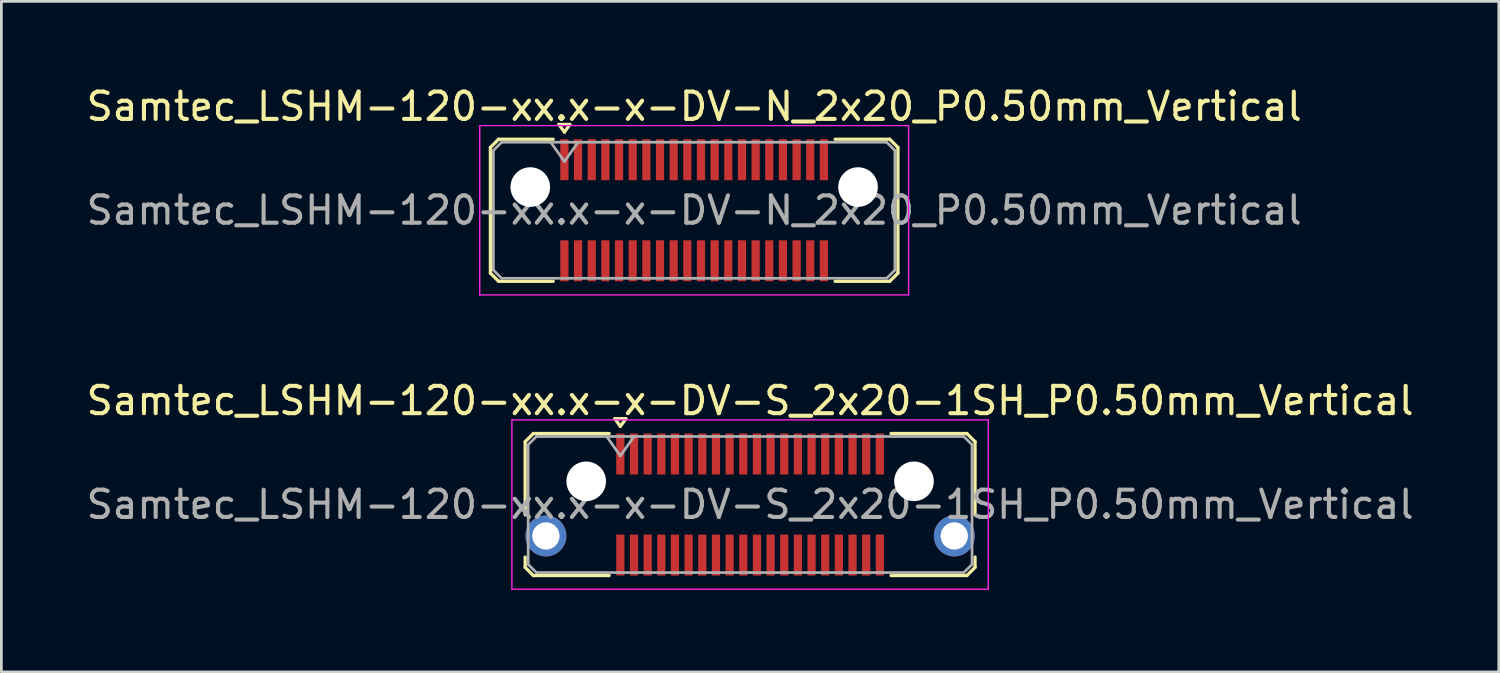
<source format=kicad_pcb>
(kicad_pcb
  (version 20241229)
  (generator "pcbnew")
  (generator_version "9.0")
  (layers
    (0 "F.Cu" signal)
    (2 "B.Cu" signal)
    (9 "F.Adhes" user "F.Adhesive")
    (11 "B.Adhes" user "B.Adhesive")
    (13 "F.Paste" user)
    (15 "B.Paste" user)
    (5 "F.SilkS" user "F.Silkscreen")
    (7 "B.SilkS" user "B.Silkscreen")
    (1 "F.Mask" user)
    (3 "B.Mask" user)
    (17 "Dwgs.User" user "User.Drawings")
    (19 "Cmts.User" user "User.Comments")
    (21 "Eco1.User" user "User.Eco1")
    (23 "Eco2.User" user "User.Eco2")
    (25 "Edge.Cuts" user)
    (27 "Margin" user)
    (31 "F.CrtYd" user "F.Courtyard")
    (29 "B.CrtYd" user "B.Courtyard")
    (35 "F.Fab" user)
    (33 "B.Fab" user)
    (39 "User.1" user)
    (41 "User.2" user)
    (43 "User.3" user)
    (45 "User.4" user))
  (footprint "Samtec_LSHM-120-xx.x-x-DV-S_2x20-1SH_P0.50mm_Vertical"
    (layer "F.Cu")
    (at 24.411 15.421)
    (property "Reference" "Samtec_LSHM-120-xx.x-x-DV-S_2x20-1SH_P0.50mm_Vertical" (at 0 -3.8 0) (layer "F.SilkS") (effects (font (size 1 1) (thickness 0.15))))
    (attr smd)
    (fp_line (start -8.235 -2.3) (end -8.235 0.377) (stroke (width 0.12) (type solid)) (layer "F.SilkS"))
    (fp_line (start -8.235 1.923) (end -8.235 2.3) (stroke (width 0.12) (type solid)) (layer "F.SilkS"))
    (fp_line (start -8.235 2.3) (end -7.935 2.6) (stroke (width 0.12) (type solid)) (layer "F.SilkS"))
    (fp_line (start -7.935 -2.6) (end -8.235 -2.3) (stroke (width 0.12) (type solid)) (layer "F.SilkS"))
    (fp_line (start -7.935 2.6) (end -5.16 2.6) (stroke (width 0.12) (type solid)) (layer "F.SilkS"))
    (fp_line (start -5.16 -2.6) (end -7.935 -2.6) (stroke (width 0.12) (type solid)) (layer "F.SilkS"))
    (fp_line (start -4.95 -3.143) (end -4.55 -3.143) (stroke (width 0.12) (type solid)) (layer "F.SilkS"))
    (fp_line (start -4.75 -2.86) (end -4.95 -3.143) (stroke (width 0.12) (type solid)) (layer "F.SilkS"))
    (fp_line (start -4.55 -3.143) (end -4.75 -2.86) (stroke (width 0.12) (type solid)) (layer "F.SilkS"))
    (fp_line (start 5.16 -2.6) (end 7.935 -2.6) (stroke (width 0.12) (type solid)) (layer "F.SilkS"))
    (fp_line (start 7.935 -2.6) (end 8.235 -2.3) (stroke (width 0.12) (type solid)) (layer "F.SilkS"))
    (fp_line (start 7.935 2.6) (end 5.16 2.6) (stroke (width 0.12) (type solid)) (layer "F.SilkS"))
    (fp_line (start 8.235 -2.3) (end 8.235 0.377) (stroke (width 0.12) (type solid)) (layer "F.SilkS"))
    (fp_line (start 8.235 1.923) (end 8.235 2.3) (stroke (width 0.12) (type solid)) (layer "F.SilkS"))
    (fp_line (start 8.235 2.3) (end 7.935 2.6) (stroke (width 0.12) (type solid)) (layer "F.SilkS"))
    (fp_line (start -8.72 -3.1) (end -8.72 3.1) (stroke (width 0.05) (type solid)) (layer "F.CrtYd"))
    (fp_line (start -8.72 3.1) (end 8.72 3.1) (stroke (width 0.05) (type solid)) (layer "F.CrtYd"))
    (fp_line (start 8.72 -3.1) (end -8.72 -3.1) (stroke (width 0.05) (type solid)) (layer "F.CrtYd"))
    (fp_line (start 8.72 3.1) (end 8.72 -3.1) (stroke (width 0.05) (type solid)) (layer "F.CrtYd"))
    (fp_line (start -8.125 -2.19) (end -8.125 2.19) (stroke (width 0.1) (type solid)) (layer "F.Fab"))
    (fp_line (start -8.125 2.19) (end -7.825 2.49) (stroke (width 0.1) (type solid)) (layer "F.Fab"))
    (fp_line (start -7.825 -2.49) (end -8.125 -2.19) (stroke (width 0.1) (type solid)) (layer "F.Fab"))
    (fp_line (start -7.825 2.49) (end 0 2.49) (stroke (width 0.1) (type solid)) (layer "F.Fab"))
    (fp_line (start -5.25 -2.49) (end -4.75 -1.783) (stroke (width 0.1) (type solid)) (layer "F.Fab"))
    (fp_line (start -4.75 -1.783) (end -4.25 -2.49) (stroke (width 0.1) (type solid)) (layer "F.Fab"))
    (fp_line (start 0 -2.49) (end -7.825 -2.49) (stroke (width 0.1) (type solid)) (layer "F.Fab"))
    (fp_line (start 0 -2.49) (end 7.825 -2.49) (stroke (width 0.1) (type solid)) (layer "F.Fab"))
    (fp_line (start 7.825 -2.49) (end 8.125 -2.19) (stroke (width 0.1) (type solid)) (layer "F.Fab"))
    (fp_line (start 7.825 2.49) (end 0 2.49) (stroke (width 0.1) (type solid)) (layer "F.Fab"))
    (fp_line (start 8.125 -2.19) (end 8.125 2.19) (stroke (width 0.1) (type solid)) (layer "F.Fab"))
    (fp_line (start 8.125 2.19) (end 7.825 2.49) (stroke (width 0.1) (type solid)) (layer "F.Fab"))
    (fp_text user "${REFERENCE}" (at 0 0 0) (layer "F.Fab") (effects (font (size 1 1) (thickness 0.15))))
    (pad "" np_thru_hole circle (at -6 -0.85) (size 1.45 1.45) (drill 1.45) (layers "*.Cu" "*.Mask"))
    (pad "" np_thru_hole circle (at 6 -0.85) (size 1.45 1.45) (drill 1.45) (layers "*.Cu" "*.Mask"))
    (pad "1" smd rect (at -4.75 -1.85) (size 0.3 1.5) (layers "F.Cu" "F.Mask" "F.Paste"))
    (pad "2" smd rect (at -4.75 1.85) (size 0.3 1.5) (layers "F.Cu" "F.Mask" "F.Paste"))
    (pad "3" smd rect (at -4.25 -1.85) (size 0.3 1.5) (layers "F.Cu" "F.Mask" "F.Paste"))
    (pad "4" smd rect (at -4.25 1.85) (size 0.3 1.5) (layers "F.Cu" "F.Mask" "F.Paste"))
    (pad "5" smd rect (at -3.75 -1.85) (size 0.3 1.5) (layers "F.Cu" "F.Mask" "F.Paste"))
    (pad "6" smd rect (at -3.75 1.85) (size 0.3 1.5) (layers "F.Cu" "F.Mask" "F.Paste"))
    (pad "7" smd rect (at -3.25 -1.85) (size 0.3 1.5) (layers "F.Cu" "F.Mask" "F.Paste"))
    (pad "8" smd rect (at -3.25 1.85) (size 0.3 1.5) (layers "F.Cu" "F.Mask" "F.Paste"))
    (pad "9" smd rect (at -2.75 -1.85) (size 0.3 1.5) (layers "F.Cu" "F.Mask" "F.Paste"))
    (pad "10" smd rect (at -2.75 1.85) (size 0.3 1.5) (layers "F.Cu" "F.Mask" "F.Paste"))
    (pad "11" smd rect (at -2.25 -1.85) (size 0.3 1.5) (layers "F.Cu" "F.Mask" "F.Paste"))
    (pad "12" smd rect (at -2.25 1.85) (size 0.3 1.5) (layers "F.Cu" "F.Mask" "F.Paste"))
    (pad "13" smd rect (at -1.75 -1.85) (size 0.3 1.5) (layers "F.Cu" "F.Mask" "F.Paste"))
    (pad "14" smd rect (at -1.75 1.85) (size 0.3 1.5) (layers "F.Cu" "F.Mask" "F.Paste"))
    (pad "15" smd rect (at -1.25 -1.85) (size 0.3 1.5) (layers "F.Cu" "F.Mask" "F.Paste"))
    (pad "16" smd rect (at -1.25 1.85) (size 0.3 1.5) (layers "F.Cu" "F.Mask" "F.Paste"))
    (pad "17" smd rect (at -0.75 -1.85) (size 0.3 1.5) (layers "F.Cu" "F.Mask" "F.Paste"))
    (pad "18" smd rect (at -0.75 1.85) (size 0.3 1.5) (layers "F.Cu" "F.Mask" "F.Paste"))
    (pad "19" smd rect (at -0.25 -1.85) (size 0.3 1.5) (layers "F.Cu" "F.Mask" "F.Paste"))
    (pad "20" smd rect (at -0.25 1.85) (size 0.3 1.5) (layers "F.Cu" "F.Mask" "F.Paste"))
    (pad "21" smd rect (at 0.25 -1.85) (size 0.3 1.5) (layers "F.Cu" "F.Mask" "F.Paste"))
    (pad "22" smd rect (at 0.25 1.85) (size 0.3 1.5) (layers "F.Cu" "F.Mask" "F.Paste"))
    (pad "23" smd rect (at 0.75 -1.85) (size 0.3 1.5) (layers "F.Cu" "F.Mask" "F.Paste"))
    (pad "24" smd rect (at 0.75 1.85) (size 0.3 1.5) (layers "F.Cu" "F.Mask" "F.Paste"))
    (pad "25" smd rect (at 1.25 -1.85) (size 0.3 1.5) (layers "F.Cu" "F.Mask" "F.Paste"))
    (pad "26" smd rect (at 1.25 1.85) (size 0.3 1.5) (layers "F.Cu" "F.Mask" "F.Paste"))
    (pad "27" smd rect (at 1.75 -1.85) (size 0.3 1.5) (layers "F.Cu" "F.Mask" "F.Paste"))
    (pad "28" smd rect (at 1.75 1.85) (size 0.3 1.5) (layers "F.Cu" "F.Mask" "F.Paste"))
    (pad "29" smd rect (at 2.25 -1.85) (size 0.3 1.5) (layers "F.Cu" "F.Mask" "F.Paste"))
    (pad "30" smd rect (at 2.25 1.85) (size 0.3 1.5) (layers "F.Cu" "F.Mask" "F.Paste"))
    (pad "31" smd rect (at 2.75 -1.85) (size 0.3 1.5) (layers "F.Cu" "F.Mask" "F.Paste"))
    (pad "32" smd rect (at 2.75 1.85) (size 0.3 1.5) (layers "F.Cu" "F.Mask" "F.Paste"))
    (pad "33" smd rect (at 3.25 -1.85) (size 0.3 1.5) (layers "F.Cu" "F.Mask" "F.Paste"))
    (pad "34" smd rect (at 3.25 1.85) (size 0.3 1.5) (layers "F.Cu" "F.Mask" "F.Paste"))
    (pad "35" smd rect (at 3.75 -1.85) (size 0.3 1.5) (layers "F.Cu" "F.Mask" "F.Paste"))
    (pad "36" smd rect (at 3.75 1.85) (size 0.3 1.5) (layers "F.Cu" "F.Mask" "F.Paste"))
    (pad "37" smd rect (at 4.25 -1.85) (size 0.3 1.5) (layers "F.Cu" "F.Mask" "F.Paste"))
    (pad "38" smd rect (at 4.25 1.85) (size 0.3 1.5) (layers "F.Cu" "F.Mask" "F.Paste"))
    (pad "39" smd rect (at 4.75 -1.85) (size 0.3 1.5) (layers "F.Cu" "F.Mask" "F.Paste"))
    (pad "40" smd rect (at 4.75 1.85) (size 0.3 1.5) (layers "F.Cu" "F.Mask" "F.Paste"))
    (pad "SH" thru_hole circle (at -7.475 1.15) (size 1.5 1.5) (drill 1) (layers "*.Cu" "*.Mask"))
    (pad "SH" thru_hole circle (at 7.475 1.15) (size 1.5 1.5) (drill 1) (layers "*.Cu" "*.Mask")))
  (footprint "Samtec_LSHM-120-xx.x-x-DV-N_2x20_P0.50mm_Vertical"
    (layer "F.Cu")
    (at 22.363 4.648)
    (property "Reference" "Samtec_LSHM-120-xx.x-x-DV-N_2x20_P0.50mm_Vertical" (at 0 -3.8 0) (layer "F.SilkS") (effects (font (size 1 1) (thickness 0.15))))
    (attr smd)
    (fp_line (start -7.46 -2.3) (end -7.46 2.3) (stroke (width 0.12) (type solid)) (layer "F.SilkS"))
    (fp_line (start -7.46 2.3) (end -7.16 2.6) (stroke (width 0.12) (type solid)) (layer "F.SilkS"))
    (fp_line (start -7.16 -2.6) (end -7.46 -2.3) (stroke (width 0.12) (type solid)) (layer "F.SilkS"))
    (fp_line (start -7.16 2.6) (end -5.16 2.6) (stroke (width 0.12) (type solid)) (layer "F.SilkS"))
    (fp_line (start -5.16 -2.6) (end -7.16 -2.6) (stroke (width 0.12) (type solid)) (layer "F.SilkS"))
    (fp_line (start -4.95 -3.143) (end -4.55 -3.143) (stroke (width 0.12) (type solid)) (layer "F.SilkS"))
    (fp_line (start -4.75 -2.86) (end -4.95 -3.143) (stroke (width 0.12) (type solid)) (layer "F.SilkS"))
    (fp_line (start -4.55 -3.143) (end -4.75 -2.86) (stroke (width 0.12) (type solid)) (layer "F.SilkS"))
    (fp_line (start 5.16 -2.6) (end 7.16 -2.6) (stroke (width 0.12) (type solid)) (layer "F.SilkS"))
    (fp_line (start 7.16 -2.6) (end 7.46 -2.3) (stroke (width 0.12) (type solid)) (layer "F.SilkS"))
    (fp_line (start 7.16 2.6) (end 5.16 2.6) (stroke (width 0.12) (type solid)) (layer "F.SilkS"))
    (fp_line (start 7.46 -2.3) (end 7.46 2.3) (stroke (width 0.12) (type solid)) (layer "F.SilkS"))
    (fp_line (start 7.46 2.3) (end 7.16 2.6) (stroke (width 0.12) (type solid)) (layer "F.SilkS"))
    (fp_line (start -7.85 -3.1) (end -7.85 3.1) (stroke (width 0.05) (type solid)) (layer "F.CrtYd"))
    (fp_line (start -7.85 3.1) (end 7.85 3.1) (stroke (width 0.05) (type solid)) (layer "F.CrtYd"))
    (fp_line (start 7.85 -3.1) (end -7.85 -3.1) (stroke (width 0.05) (type solid)) (layer "F.CrtYd"))
    (fp_line (start 7.85 3.1) (end 7.85 -3.1) (stroke (width 0.05) (type solid)) (layer "F.CrtYd"))
    (fp_line (start -7.35 -2.19) (end -7.35 2.19) (stroke (width 0.1) (type solid)) (layer "F.Fab"))
    (fp_line (start -7.35 2.19) (end -7.05 2.49) (stroke (width 0.1) (type solid)) (layer "F.Fab"))
    (fp_line (start -7.05 -2.49) (end -7.35 -2.19) (stroke (width 0.1) (type solid)) (layer "F.Fab"))
    (fp_line (start -7.05 2.49) (end 0 2.49) (stroke (width 0.1) (type solid)) (layer "F.Fab"))
    (fp_line (start -5.25 -2.49) (end -4.75 -1.783) (stroke (width 0.1) (type solid)) (layer "F.Fab"))
    (fp_line (start -4.75 -1.783) (end -4.25 -2.49) (stroke (width 0.1) (type solid)) (layer "F.Fab"))
    (fp_line (start 0 -2.49) (end -7.05 -2.49) (stroke (width 0.1) (type solid)) (layer "F.Fab"))
    (fp_line (start 0 -2.49) (end 7.05 -2.49) (stroke (width 0.1) (type solid)) (layer "F.Fab"))
    (fp_line (start 7.05 -2.49) (end 7.35 -2.19) (stroke (width 0.1) (type solid)) (layer "F.Fab"))
    (fp_line (start 7.05 2.49) (end 0 2.49) (stroke (width 0.1) (type solid)) (layer "F.Fab"))
    (fp_line (start 7.35 -2.19) (end 7.35 2.19) (stroke (width 0.1) (type solid)) (layer "F.Fab"))
    (fp_line (start 7.35 2.19) (end 7.05 2.49) (stroke (width 0.1) (type solid)) (layer "F.Fab"))
    (fp_text user "${REFERENCE}" (at 0 0 0) (layer "F.Fab") (effects (font (size 1 1) (thickness 0.15))))
    (pad "" np_thru_hole circle (at -6 -0.85) (size 1.45 1.45) (drill 1.45) (layers "*.Cu" "*.Mask"))
    (pad "" np_thru_hole circle (at 6 -0.85) (size 1.45 1.45) (drill 1.45) (layers "*.Cu" "*.Mask"))
    (pad "1" smd rect (at -4.75 -1.85) (size 0.3 1.5) (layers "F.Cu" "F.Mask" "F.Paste"))
    (pad "2" smd rect (at -4.75 1.85) (size 0.3 1.5) (layers "F.Cu" "F.Mask" "F.Paste"))
    (pad "3" smd rect (at -4.25 -1.85) (size 0.3 1.5) (layers "F.Cu" "F.Mask" "F.Paste"))
    (pad "4" smd rect (at -4.25 1.85) (size 0.3 1.5) (layers "F.Cu" "F.Mask" "F.Paste"))
    (pad "5" smd rect (at -3.75 -1.85) (size 0.3 1.5) (layers "F.Cu" "F.Mask" "F.Paste"))
    (pad "6" smd rect (at -3.75 1.85) (size 0.3 1.5) (layers "F.Cu" "F.Mask" "F.Paste"))
    (pad "7" smd rect (at -3.25 -1.85) (size 0.3 1.5) (layers "F.Cu" "F.Mask" "F.Paste"))
    (pad "8" smd rect (at -3.25 1.85) (size 0.3 1.5) (layers "F.Cu" "F.Mask" "F.Paste"))
    (pad "9" smd rect (at -2.75 -1.85) (size 0.3 1.5) (layers "F.Cu" "F.Mask" "F.Paste"))
    (pad "10" smd rect (at -2.75 1.85) (size 0.3 1.5) (layers "F.Cu" "F.Mask" "F.Paste"))
    (pad "11" smd rect (at -2.25 -1.85) (size 0.3 1.5) (layers "F.Cu" "F.Mask" "F.Paste"))
    (pad "12" smd rect (at -2.25 1.85) (size 0.3 1.5) (layers "F.Cu" "F.Mask" "F.Paste"))
    (pad "13" smd rect (at -1.75 -1.85) (size 0.3 1.5) (layers "F.Cu" "F.Mask" "F.Paste"))
    (pad "14" smd rect (at -1.75 1.85) (size 0.3 1.5) (layers "F.Cu" "F.Mask" "F.Paste"))
    (pad "15" smd rect (at -1.25 -1.85) (size 0.3 1.5) (layers "F.Cu" "F.Mask" "F.Paste"))
    (pad "16" smd rect (at -1.25 1.85) (size 0.3 1.5) (layers "F.Cu" "F.Mask" "F.Paste"))
    (pad "17" smd rect (at -0.75 -1.85) (size 0.3 1.5) (layers "F.Cu" "F.Mask" "F.Paste"))
    (pad "18" smd rect (at -0.75 1.85) (size 0.3 1.5) (layers "F.Cu" "F.Mask" "F.Paste"))
    (pad "19" smd rect (at -0.25 -1.85) (size 0.3 1.5) (layers "F.Cu" "F.Mask" "F.Paste"))
    (pad "20" smd rect (at -0.25 1.85) (size 0.3 1.5) (layers "F.Cu" "F.Mask" "F.Paste"))
    (pad "21" smd rect (at 0.25 -1.85) (size 0.3 1.5) (layers "F.Cu" "F.Mask" "F.Paste"))
    (pad "22" smd rect (at 0.25 1.85) (size 0.3 1.5) (layers "F.Cu" "F.Mask" "F.Paste"))
    (pad "23" smd rect (at 0.75 -1.85) (size 0.3 1.5) (layers "F.Cu" "F.Mask" "F.Paste"))
    (pad "24" smd rect (at 0.75 1.85) (size 0.3 1.5) (layers "F.Cu" "F.Mask" "F.Paste"))
    (pad "25" smd rect (at 1.25 -1.85) (size 0.3 1.5) (layers "F.Cu" "F.Mask" "F.Paste"))
    (pad "26" smd rect (at 1.25 1.85) (size 0.3 1.5) (layers "F.Cu" "F.Mask" "F.Paste"))
    (pad "27" smd rect (at 1.75 -1.85) (size 0.3 1.5) (layers "F.Cu" "F.Mask" "F.Paste"))
    (pad "28" smd rect (at 1.75 1.85) (size 0.3 1.5) (layers "F.Cu" "F.Mask" "F.Paste"))
    (pad "29" smd rect (at 2.25 -1.85) (size 0.3 1.5) (layers "F.Cu" "F.Mask" "F.Paste"))
    (pad "30" smd rect (at 2.25 1.85) (size 0.3 1.5) (layers "F.Cu" "F.Mask" "F.Paste"))
    (pad "31" smd rect (at 2.75 -1.85) (size 0.3 1.5) (layers "F.Cu" "F.Mask" "F.Paste"))
    (pad "32" smd rect (at 2.75 1.85) (size 0.3 1.5) (layers "F.Cu" "F.Mask" "F.Paste"))
    (pad "33" smd rect (at 3.25 -1.85) (size 0.3 1.5) (layers "F.Cu" "F.Mask" "F.Paste"))
    (pad "34" smd rect (at 3.25 1.85) (size 0.3 1.5) (layers "F.Cu" "F.Mask" "F.Paste"))
    (pad "35" smd rect (at 3.75 -1.85) (size 0.3 1.5) (layers "F.Cu" "F.Mask" "F.Paste"))
    (pad "36" smd rect (at 3.75 1.85) (size 0.3 1.5) (layers "F.Cu" "F.Mask" "F.Paste"))
    (pad "37" smd rect (at 4.25 -1.85) (size 0.3 1.5) (layers "F.Cu" "F.Mask" "F.Paste"))
    (pad "38" smd rect (at 4.25 1.85) (size 0.3 1.5) (layers "F.Cu" "F.Mask" "F.Paste"))
    (pad "39" smd rect (at 4.75 -1.85) (size 0.3 1.5) (layers "F.Cu" "F.Mask" "F.Paste"))
    (pad "40" smd rect (at 4.75 1.85) (size 0.3 1.5) (layers "F.Cu" "F.Mask" "F.Paste")))
  (gr_rect
    (start -3 -3)
    (end 51.821 21.547)
    (stroke (width 0.1) (type default))
    (fill no)
    (layer "Edge.Cuts")))
</source>
